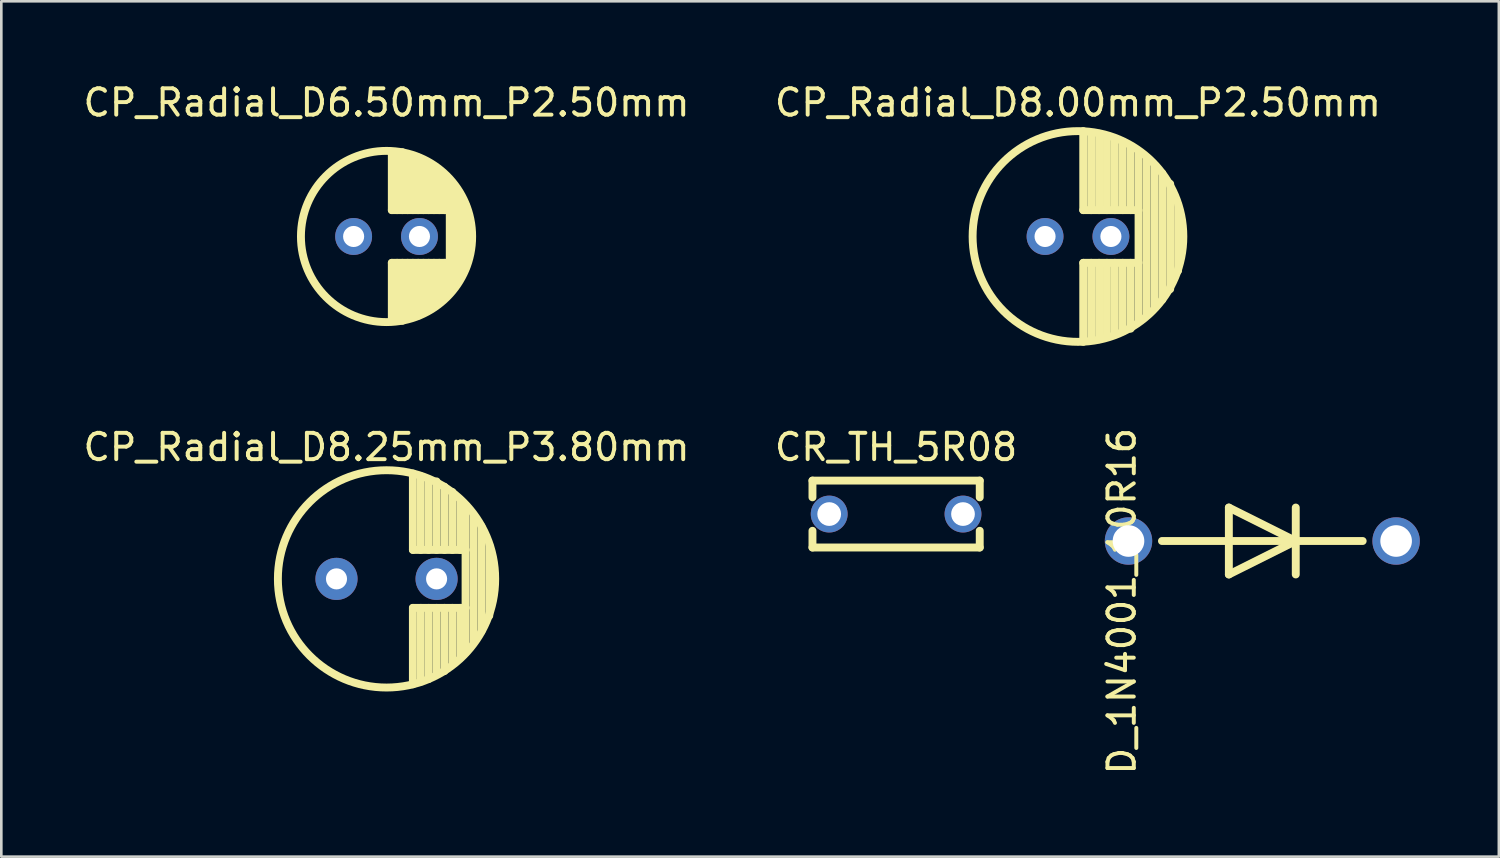
<source format=kicad_pcb>
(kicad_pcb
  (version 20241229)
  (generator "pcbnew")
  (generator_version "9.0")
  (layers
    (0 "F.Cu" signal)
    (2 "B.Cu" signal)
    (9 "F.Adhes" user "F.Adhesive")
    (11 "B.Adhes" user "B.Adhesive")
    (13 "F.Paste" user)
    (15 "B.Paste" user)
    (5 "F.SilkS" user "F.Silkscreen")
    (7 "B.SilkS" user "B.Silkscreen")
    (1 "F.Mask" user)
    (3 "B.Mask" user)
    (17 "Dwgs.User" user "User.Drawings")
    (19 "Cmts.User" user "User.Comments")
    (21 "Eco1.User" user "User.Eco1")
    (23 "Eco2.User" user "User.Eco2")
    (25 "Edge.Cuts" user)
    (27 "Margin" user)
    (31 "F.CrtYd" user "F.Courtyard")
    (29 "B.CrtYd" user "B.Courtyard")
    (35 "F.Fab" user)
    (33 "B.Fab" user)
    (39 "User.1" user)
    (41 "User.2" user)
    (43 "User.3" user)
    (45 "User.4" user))
  (footprint "CP_Radial_D8.25mm_P3.80mm"
    (layer "F.Cu")
    (at 11.625 18.927)
    (property "Reference" "CP_Radial_D8.25mm_P3.80mm" (at 0 -5 0) (layer "F.SilkS") (effects (font (size 1 1) (thickness 0.15))))
    (attr through_hole)
    (fp_line (start 1 -4) (end 1 -1.1) (stroke (width 0.3) (type solid)) (layer "F.SilkS"))
    (fp_line (start 1 -1.1) (end 3 -1.1) (stroke (width 0.3) (type solid)) (layer "F.SilkS"))
    (fp_line (start 1 1.1) (end 1 4) (stroke (width 0.3) (type solid)) (layer "F.SilkS"))
    (fp_line (start 1.3 -3.9) (end 1.3 -1.1) (stroke (width 0.3) (type solid)) (layer "F.SilkS"))
    (fp_line (start 1.3 3.9) (end 1.3 1.1) (stroke (width 0.3) (type solid)) (layer "F.SilkS"))
    (fp_line (start 1.6 -3.7) (end 1.6 -1.1) (stroke (width 0.3) (type solid)) (layer "F.SilkS"))
    (fp_line (start 1.6 1.1) (end 1.6 3.8) (stroke (width 0.3) (type solid)) (layer "F.SilkS"))
    (fp_line (start 1.9 -3.7) (end 1.9 -1.1) (stroke (width 0.3) (type solid)) (layer "F.SilkS"))
    (fp_line (start 1.9 3.6) (end 1.9 1.1) (stroke (width 0.3) (type solid)) (layer "F.SilkS"))
    (fp_line (start 2.2 -1.1) (end 2.2 -3.5) (stroke (width 0.3) (type solid)) (layer "F.SilkS"))
    (fp_line (start 2.2 3.5) (end 2.2 1.1) (stroke (width 0.3) (type solid)) (layer "F.SilkS"))
    (fp_line (start 2.5 -1.1) (end 2.5 -3.3) (stroke (width 0.3) (type solid)) (layer "F.SilkS"))
    (fp_line (start 2.5 3.2) (end 2.5 1.1) (stroke (width 0.3) (type solid)) (layer "F.SilkS"))
    (fp_line (start 2.8 -1.1) (end 2.8 -3) (stroke (width 0.3) (type solid)) (layer "F.SilkS"))
    (fp_line (start 2.8 3) (end 2.8 1.1) (stroke (width 0.3) (type solid)) (layer "F.SilkS"))
    (fp_line (start 3 -1.1) (end 3 -2.8) (stroke (width 0.3) (type solid)) (layer "F.SilkS"))
    (fp_line (start 3 -1.1) (end 3 1.1) (stroke (width 0.3) (type solid)) (layer "F.SilkS"))
    (fp_line (start 3 1.1) (end 1 1.1) (stroke (width 0.3) (type solid)) (layer "F.SilkS"))
    (fp_line (start 3 2.8) (end 3 1.1) (stroke (width 0.3) (type solid)) (layer "F.SilkS"))
    (fp_line (start 3.3 2.4) (end 3.3 -2.4) (stroke (width 0.3) (type solid)) (layer "F.SilkS"))
    (fp_line (start 3.6 -2) (end 3.6 2) (stroke (width 0.3) (type solid)) (layer "F.SilkS"))
    (fp_line (start 3.9 1.4) (end 3.9 -1.3) (stroke (width 0.3) (type solid)) (layer "F.SilkS"))
    (fp_circle (center 0 0) (end 4.125 0) (stroke (width 0.3) (type solid)) (fill no) (layer "F.SilkS"))
    (pad "1" thru_hole circle (at -1.9 0) (size 1.6 1.6) (drill 0.8) (layers "*.Cu" "*.Mask"))
    (pad "2" thru_hole circle (at 1.9 0) (size 1.6 1.6) (drill 0.8) (layers "*.Cu" "*.Mask")))
  (footprint "CP_Radial_D6.50mm_P2.50mm"
    (layer "F.Cu")
    (at 11.625 5.928)
    (property "Reference" "CP_Radial_D6.50mm_P2.50mm" (at 0 -5.08 0) (layer "F.SilkS") (effects (font (size 1 1) (thickness 0.15))))
    (attr through_hole)
    (fp_line (start 0.2 -1) (end 0.2 -3.2) (stroke (width 0.3) (type solid)) (layer "F.SilkS"))
    (fp_line (start 0.2 -1) (end 2.4 -1) (stroke (width 0.3) (type solid)) (layer "F.SilkS"))
    (fp_line (start 0.2 1) (end 0.2 3.2) (stroke (width 0.3) (type solid)) (layer "F.SilkS"))
    (fp_line (start 0.4 -1) (end 0.4 -3.2) (stroke (width 0.3) (type solid)) (layer "F.SilkS"))
    (fp_line (start 0.4 1) (end 0.4 3.2) (stroke (width 0.3) (type solid)) (layer "F.SilkS"))
    (fp_line (start 0.6 -1) (end 0.6 -3.2) (stroke (width 0.3) (type solid)) (layer "F.SilkS"))
    (fp_line (start 0.6 1) (end 0.6 3.2) (stroke (width 0.3) (type solid)) (layer "F.SilkS"))
    (fp_line (start 0.8 -1) (end 0.8 -3) (stroke (width 0.3) (type solid)) (layer "F.SilkS"))
    (fp_line (start 0.8 1) (end 0.8 3) (stroke (width 0.3) (type solid)) (layer "F.SilkS"))
    (fp_line (start 1 -1) (end 1 -3) (stroke (width 0.3) (type solid)) (layer "F.SilkS"))
    (fp_line (start 1 1) (end 1 3) (stroke (width 0.3) (type solid)) (layer "F.SilkS"))
    (fp_line (start 1.2 -1) (end 1.2 -3) (stroke (width 0.3) (type solid)) (layer "F.SilkS"))
    (fp_line (start 1.2 1) (end 1.2 3) (stroke (width 0.3) (type solid)) (layer "F.SilkS"))
    (fp_line (start 1.4 -1) (end 1.4 -2.8) (stroke (width 0.3) (type solid)) (layer "F.SilkS"))
    (fp_line (start 1.4 1) (end 1.4 2.8) (stroke (width 0.3) (type solid)) (layer "F.SilkS"))
    (fp_line (start 1.6 -1) (end 1.6 -2.8) (stroke (width 0.3) (type solid)) (layer "F.SilkS"))
    (fp_line (start 1.6 1) (end 1.6 2.8) (stroke (width 0.3) (type solid)) (layer "F.SilkS"))
    (fp_line (start 1.8 -1) (end 1.8 -2.6) (stroke (width 0.3) (type solid)) (layer "F.SilkS"))
    (fp_line (start 1.8 1) (end 1.8 2.6) (stroke (width 0.3) (type solid)) (layer "F.SilkS"))
    (fp_line (start 2 -1) (end 2 -2.4) (stroke (width 0.3) (type solid)) (layer "F.SilkS"))
    (fp_line (start 2 1) (end 2 2.4) (stroke (width 0.3) (type solid)) (layer "F.SilkS"))
    (fp_line (start 2.2 -1) (end 2.2 -2.2) (stroke (width 0.3) (type solid)) (layer "F.SilkS"))
    (fp_line (start 2.2 1) (end 2.2 2.2) (stroke (width 0.3) (type solid)) (layer "F.SilkS"))
    (fp_line (start 2.4 -1) (end 2.4 -2) (stroke (width 0.3) (type solid)) (layer "F.SilkS"))
    (fp_line (start 2.4 -1) (end 2.4 1) (stroke (width 0.3) (type solid)) (layer "F.SilkS"))
    (fp_line (start 2.4 1) (end 0.2 1) (stroke (width 0.3) (type solid)) (layer "F.SilkS"))
    (fp_line (start 2.4 1) (end 2.4 2) (stroke (width 0.3) (type solid)) (layer "F.SilkS"))
    (fp_line (start 2.6 -1.8) (end 2.6 1.8) (stroke (width 0.3) (type solid)) (layer "F.SilkS"))
    (fp_line (start 2.8 1.4) (end 2.8 -1.6) (stroke (width 0.3) (type solid)) (layer "F.SilkS"))
    (fp_line (start 3 1.2) (end 3 -1.2) (stroke (width 0.3) (type solid)) (layer "F.SilkS"))
    (fp_circle (center 0 0) (end 3.25 0) (stroke (width 0.3) (type solid)) (fill no) (layer "F.SilkS"))
    (pad "1" thru_hole circle (at -1.25 0) (size 1.4 1.4) (drill 0.8) (layers "*.Cu" "*.Mask"))
    (pad "2" thru_hole circle (at 1.25 0) (size 1.4 1.4) (drill 0.8) (layers "*.Cu" "*.Mask")))
  (footprint "D_1N4001_10R16"
    (layer "F.Cu")
    (at 44.873 17.489)
    (property "Reference" "D_1N4001_10R16" (at -5.334 2.286 90) (layer "F.SilkS") (effects (font (size 1 1) (thickness 0.15))))
    (attr through_hole)
    (fp_line (start -3.81 0) (end 3.81 0) (stroke (width 0.3) (type solid)) (layer "F.SilkS"))
    (fp_line (start -1.27 -1.27) (end -1.27 1.27) (stroke (width 0.3) (type solid)) (layer "F.SilkS"))
    (fp_line (start -1.27 1.27) (end 1.27 0) (stroke (width 0.3) (type solid)) (layer "F.SilkS"))
    (fp_line (start 1.27 0) (end -1.27 -1.27) (stroke (width 0.3) (type solid)) (layer "F.SilkS"))
    (fp_line (start 1.27 1.27) (end 1.27 -1.27) (stroke (width 0.3) (type solid)) (layer "F.SilkS"))
    (pad "1" thru_hole circle (at -5.08 0) (size 1.8 1.8) (drill 1.2) (layers "*.Cu" "*.Mask"))
    (pad "2" thru_hole circle (at 5.08 0) (size 1.8 1.8) (drill 1.2) (layers "*.Cu" "*.Mask")))
  (footprint "CR_TH_5R08"
    (layer "F.Cu")
    (at 30.97 16.466)
    (property "Reference" "CR_TH_5R08" (at 0 -2.54 0) (layer "F.SilkS") (effects (font (size 1 1) (thickness 0.15))))
    (attr through_hole)
    (fp_line (start -3.175 -1.27) (end 3.175 -1.27) (stroke (width 0.3) (type solid)) (layer "F.SilkS"))
    (fp_line (start -3.175 -0.635) (end -3.175 -1.27) (stroke (width 0.3) (type solid)) (layer "F.SilkS"))
    (fp_line (start -3.175 1.27) (end -3.175 0.635) (stroke (width 0.3) (type solid)) (layer "F.SilkS"))
    (fp_line (start -3.175 1.27) (end 3.175 1.27) (stroke (width 0.3) (type solid)) (layer "F.SilkS"))
    (fp_line (start 3.175 -1.27) (end 3.175 -0.635) (stroke (width 0.3) (type solid)) (layer "F.SilkS"))
    (fp_line (start 3.175 1.27) (end 3.175 0.635) (stroke (width 0.3) (type solid)) (layer "F.SilkS"))
    (pad "1" thru_hole circle (at -2.54 0) (size 1.4 1.4) (drill 0.9) (layers "*.Cu" "*.Mask"))
    (pad "2" thru_hole circle (at 2.54 0) (size 1.4 1.4) (drill 0.9) (layers "*.Cu" "*.Mask")))
  (footprint "CP_Radial_D8.00mm_P2.50mm"
    (layer "F.Cu")
    (at 37.875 5.928)
    (property "Reference" "CP_Radial_D8.00mm_P2.50mm" (at 0 -5.08 0) (layer "F.SilkS") (effects (font (size 1 1) (thickness 0.15))))
    (attr through_hole)
    (fp_line (start 0.2 -4) (end 0.2 -1) (stroke (width 0.3) (type solid)) (layer "F.SilkS"))
    (fp_line (start 0.2 -1) (end 2.3 -1) (stroke (width 0.3) (type solid)) (layer "F.SilkS"))
    (fp_line (start 0.2 1) (end 0.2 4) (stroke (width 0.3) (type solid)) (layer "F.SilkS"))
    (fp_line (start 0.5 -1) (end 0.5 -3.9) (stroke (width 0.3) (type solid)) (layer "F.SilkS"))
    (fp_line (start 0.5 3.9) (end 0.5 1) (stroke (width 0.3) (type solid)) (layer "F.SilkS"))
    (fp_line (start 0.8 -1) (end 0.8 -3.9) (stroke (width 0.3) (type solid)) (layer "F.SilkS"))
    (fp_line (start 0.8 3.9) (end 0.8 1) (stroke (width 0.3) (type solid)) (layer "F.SilkS"))
    (fp_line (start 1.1 -1) (end 1.1 -3.8) (stroke (width 0.3) (type solid)) (layer "F.SilkS"))
    (fp_line (start 1.1 3.8) (end 1.1 1) (stroke (width 0.3) (type solid)) (layer "F.SilkS"))
    (fp_line (start 1.4 -1) (end 1.4 -3.7) (stroke (width 0.3) (type solid)) (layer "F.SilkS"))
    (fp_line (start 1.4 3.7) (end 1.4 1) (stroke (width 0.3) (type solid)) (layer "F.SilkS"))
    (fp_line (start 1.7 -1) (end 1.7 -3.6) (stroke (width 0.3) (type solid)) (layer "F.SilkS"))
    (fp_line (start 1.7 3.6) (end 1.7 1) (stroke (width 0.3) (type solid)) (layer "F.SilkS"))
    (fp_line (start 2 -1) (end 2 -3.4) (stroke (width 0.3) (type solid)) (layer "F.SilkS"))
    (fp_line (start 2 3.5) (end 2 1) (stroke (width 0.3) (type solid)) (layer "F.SilkS"))
    (fp_line (start 2.3 -1.1) (end 2.3 -3.2) (stroke (width 0.3) (type solid)) (layer "F.SilkS"))
    (fp_line (start 2.3 -1) (end 2.3 1) (stroke (width 0.3) (type solid)) (layer "F.SilkS"))
    (fp_line (start 2.3 1) (end 0.2 1) (stroke (width 0.3) (type solid)) (layer "F.SilkS"))
    (fp_line (start 2.3 1.1) (end 2.3 3.2) (stroke (width 0.3) (type solid)) (layer "F.SilkS"))
    (fp_line (start 2.6 3) (end 2.6 -3) (stroke (width 0.3) (type solid)) (layer "F.SilkS"))
    (fp_line (start 2.9 -2.7) (end 2.9 2.7) (stroke (width 0.3) (type solid)) (layer "F.SilkS"))
    (fp_line (start 3.2 2.4) (end 3.2 -2.4) (stroke (width 0.3) (type solid)) (layer "F.SilkS"))
    (fp_line (start 3.5 -2) (end 3.5 2) (stroke (width 0.3) (type solid)) (layer "F.SilkS"))
    (fp_line (start 3.8 1.3) (end 3.8 -1.2) (stroke (width 0.3) (type solid)) (layer "F.SilkS"))
    (fp_circle (center 0 0) (end 4 0) (stroke (width 0.3) (type solid)) (fill no) (layer "F.SilkS"))
    (pad "1" thru_hole circle (at -1.25 0) (size 1.4 1.4) (drill 0.8) (layers "*.Cu" "*.Mask"))
    (pad "2" thru_hole circle (at 1.25 0) (size 1.4 1.4) (drill 0.8) (layers "*.Cu" "*.Mask")))
  (gr_rect
    (start -3 -3)
    (end 53.853 29.471)
    (stroke (width 0.1) (type default))
    (fill no)
    (layer "Edge.Cuts")))
</source>
